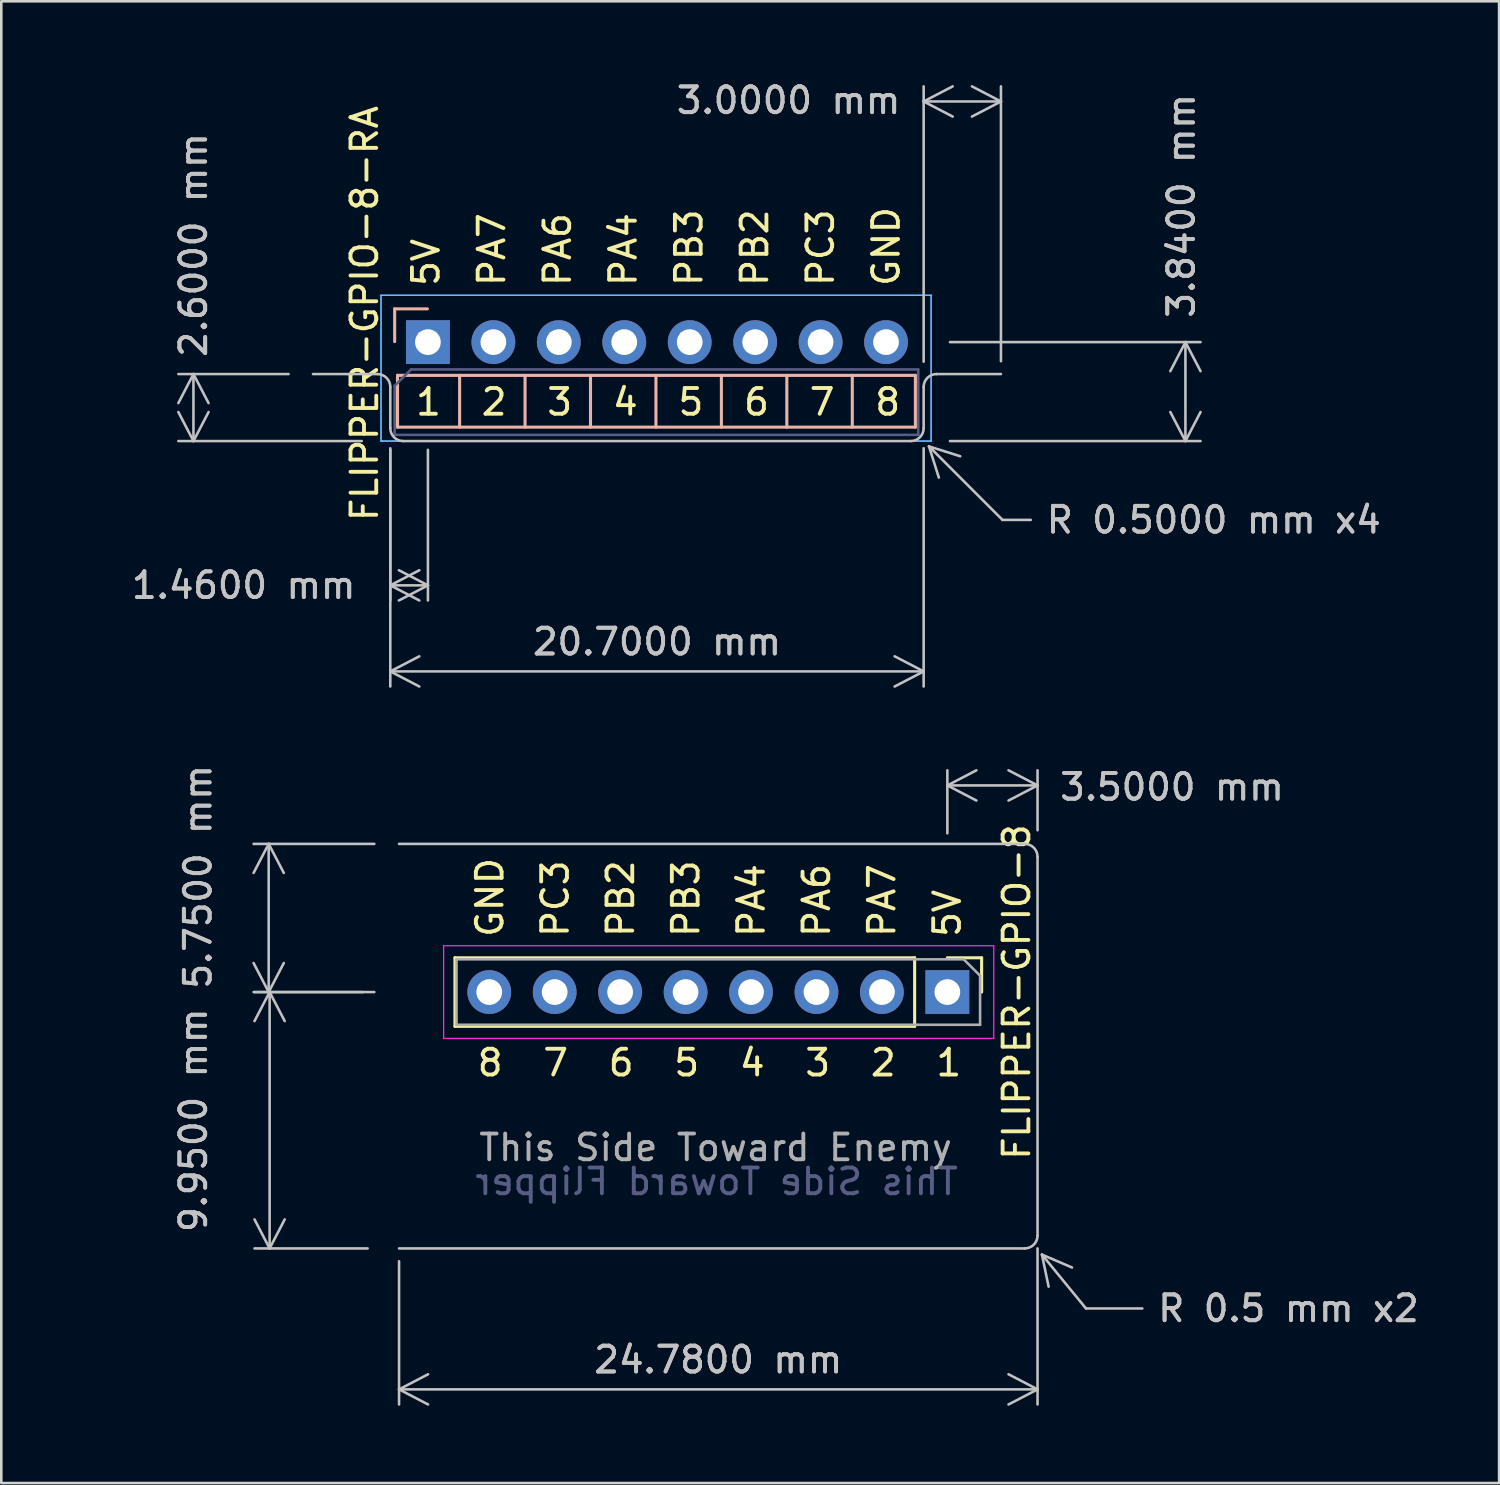
<source format=kicad_pcb>
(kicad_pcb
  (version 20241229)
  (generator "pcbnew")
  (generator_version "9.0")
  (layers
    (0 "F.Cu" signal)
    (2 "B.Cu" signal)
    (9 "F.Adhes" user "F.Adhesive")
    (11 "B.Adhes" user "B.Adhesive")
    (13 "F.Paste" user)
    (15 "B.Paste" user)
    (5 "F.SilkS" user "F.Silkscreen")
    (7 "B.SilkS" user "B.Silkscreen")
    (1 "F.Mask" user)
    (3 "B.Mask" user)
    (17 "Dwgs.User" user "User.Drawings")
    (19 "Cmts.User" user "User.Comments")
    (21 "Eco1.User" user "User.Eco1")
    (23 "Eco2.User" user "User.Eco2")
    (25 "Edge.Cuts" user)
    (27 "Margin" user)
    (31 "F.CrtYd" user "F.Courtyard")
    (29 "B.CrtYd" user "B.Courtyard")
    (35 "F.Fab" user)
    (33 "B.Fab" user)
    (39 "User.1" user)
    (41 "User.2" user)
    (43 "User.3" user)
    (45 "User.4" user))
  (footprint "FLIPPER-GPIO-8"
    (layer "F.Cu")
    (at 15.938 35.453)
    (property "Reference" "FLIPPER-GPIO-8" (at 20.47 0 270) (layer "F.SilkS") (effects (font (size 1 1) (thickness 0.15))))
    (attr through_hole)
    (fp_line (start -1.33 -1.33) (end -1.33 1.33) (stroke (width 0.12) (type solid)) (layer "F.SilkS"))
    (fp_line (start 16.51 -1.33) (end -1.33 -1.33) (stroke (width 0.12) (type solid)) (layer "F.SilkS"))
    (fp_line (start 16.51 -1.33) (end 16.51 1.33) (stroke (width 0.12) (type solid)) (layer "F.SilkS"))
    (fp_line (start 16.51 1.33) (end -1.33 1.33) (stroke (width 0.12) (type solid)) (layer "F.SilkS"))
    (fp_line (start 17.78 -1.33) (end 19.11 -1.33) (stroke (width 0.12) (type solid)) (layer "F.SilkS"))
    (fp_line (start 19.11 -1.33) (end 19.11 0) (stroke (width 0.12) (type solid)) (layer "F.SilkS"))
    (fp_line (start -3.5 9.95) (end 20.78 9.95) (stroke (width 0.1) (type default)) (layer "Dwgs.User"))
    (fp_line (start 20.78 -5.75) (end -3.5 -5.75) (stroke (width 0.1) (type default)) (layer "Dwgs.User"))
    (fp_line (start 21.28 9.45) (end 21.28 -5.25) (stroke (width 0.1) (type default)) (layer "Dwgs.User"))
    (fp_arc (start 20.78 -5.75) (mid 21.133553 -5.603553) (end 21.28 -5.25) (stroke (width 0.1) (type default)) (layer "Dwgs.User"))
    (fp_arc (start 21.28 9.45) (mid 21.133553 9.803553) (end 20.78 9.95) (stroke (width 0.1) (type default)) (layer "Dwgs.User"))
    (fp_line (start -1.77 -1.8) (end -1.77 1.8) (stroke (width 0.05) (type solid)) (layer "F.CrtYd"))
    (fp_line (start -1.77 1.8) (end 19.58 1.8) (stroke (width 0.05) (type solid)) (layer "F.CrtYd"))
    (fp_line (start 19.58 -1.8) (end -1.77 -1.8) (stroke (width 0.05) (type solid)) (layer "F.CrtYd"))
    (fp_line (start 19.58 1.8) (end 19.58 -1.8) (stroke (width 0.05) (type solid)) (layer "F.CrtYd"))
    (fp_line (start -1.27 -1.27) (end 18.415 -1.27) (stroke (width 0.1) (type solid)) (layer "F.Fab"))
    (fp_line (start -1.27 1.27) (end -1.27 -1.27) (stroke (width 0.1) (type solid)) (layer "F.Fab"))
    (fp_line (start 18.415 -1.27) (end 19.05 -0.635) (stroke (width 0.1) (type solid)) (layer "F.Fab"))
    (fp_line (start 19.05 -0.635) (end 19.05 1.27) (stroke (width 0.1) (type solid)) (layer "F.Fab"))
    (fp_line (start 19.05 1.27) (end -1.27 1.27) (stroke (width 0.1) (type solid)) (layer "F.Fab"))
    (fp_text user "3" (at 12.174 3.33 0) (unlocked yes) (layer "F.SilkS") (effects (font (size 1 1) (thickness 0.15)) (justify left bottom)))
    (fp_text user "5" (at 7.089 3.33 0) (unlocked yes) (layer "F.SilkS") (effects (font (size 1 1) (thickness 0.15)) (justify left bottom)))
    (fp_text user "4" (at 9.631 3.33 0) (unlocked yes) (layer "F.SilkS") (effects (font (size 1 1) (thickness 0.15)) (justify left bottom)))
    (fp_text user "7" (at 2.003 3.33 0) (unlocked yes) (layer "F.SilkS") (effects (font (size 1 1) (thickness 0.15)) (justify left bottom)))
    (fp_text user "PA6" (at 13.289 -2.05 90) (unlocked yes) (layer "F.SilkS") (effects (font (size 1 1) (thickness 0.15)) (justify left bottom)))
    (fp_text user "PB3" (at 8.217 -2.05 90) (unlocked yes) (layer "F.SilkS") (effects (font (size 1 1) (thickness 0.15)) (justify left bottom)))
    (fp_text user "6" (at 4.546 3.33 0) (unlocked yes) (layer "F.SilkS") (effects (font (size 1 1) (thickness 0.15)) (justify left bottom)))
    (fp_text user "PA7" (at 15.824 -2.05 90) (unlocked yes) (layer "F.SilkS") (effects (font (size 1 1) (thickness 0.15)) (justify left bottom)))
    (fp_text user "8" (at -0.54 3.33 0) (unlocked yes) (layer "F.SilkS") (effects (font (size 1 1) (thickness 0.15)) (justify left bottom)))
    (fp_text user "GND" (at 0.61 -2.05 90) (unlocked yes) (layer "F.SilkS") (effects (font (size 1 1) (thickness 0.15)) (justify left bottom)))
    (fp_text user "1" (at 17.26 3.33 0) (unlocked yes) (layer "F.SilkS") (effects (font (size 1 1) (thickness 0.15)) (justify left bottom)))
    (fp_text user "PB2" (at 5.681 -2.05 90) (unlocked yes) (layer "F.SilkS") (effects (font (size 1 1) (thickness 0.15)) (justify left bottom)))
    (fp_text user "5V" (at 18.36 -2.05 90) (unlocked yes) (layer "F.SilkS") (effects (font (size 1 1) (thickness 0.15)) (justify left bottom)))
    (fp_text user "PC3" (at 3.146 -2.05 90) (unlocked yes) (layer "F.SilkS") (effects (font (size 1 1) (thickness 0.15)) (justify left bottom)))
    (fp_text user "2" (at 14.717 3.33 0) (unlocked yes) (layer "F.SilkS") (effects (font (size 1 1) (thickness 0.15)) (justify left bottom)))
    (fp_text user "PA4" (at 10.753 -2.05 90) (unlocked yes) (layer "F.SilkS") (effects (font (size 1 1) (thickness 0.15)) (justify left bottom)))
    (fp_text user "This Side Toward Flipper" (at 18.28 7.94 0) (unlocked yes) (layer "B.Fab") (effects (font (size 1 1) (thickness 0.15)) (justify left bottom mirror)))
    (fp_text user "This Side Toward Enemy" (at -0.48 6.62 0) (unlocked yes) (layer "F.Fab") (effects (font (size 1 1) (thickness 0.15)) (justify left bottom)))
    (dimension (type leader) (layer "Dwgs.User") (pts (xy 37.072 45.256) (xy 39.098 47.733)) (format (prefix "") (suffix "") (units 0) (units_format 0) (precision 4) (override_value "R 0.5 mm x2")) (style (thickness 0.1) (arrow_length 1.27) (text_position_mode 0) (text_frame 0) (extension_offset 0.5)) (gr_text "R 0.5 mm x2" (at 46.958 47.733 0) (layer "Dwgs.User") (effects (font (size 1 1) (thickness 0.15)))))
    (dimension (type orthogonal) (layer "Dwgs.User") (pts (xy 33.718 29.793) (xy 37.218 29.673)) (height -2.36) (orientation 0) (format (prefix "") (suffix "") (units 3) (units_format 1) (precision 4)) (style (thickness 0.1) (arrow_length 1.27) (text_position_mode 2) (arrow_direction outward) (extension_height 0.586) (extension_offset 0.5) (keep_text_aligned yes)) (gr_text "3.5000 mm" (at 42.438 27.493 0) (layer "Dwgs.User") (effects (font (size 1 1) (thickness 0.15)))))
    (dimension (type orthogonal) (layer "Dwgs.User") (pts (xy 12.438 45.403) (xy 37.218 44.903)) (height 5.47) (orientation 0) (format (prefix "") (suffix "") (units 3) (units_format 1) (precision 4)) (style (thickness 0.1) (arrow_length 1.27) (text_position_mode 0) (arrow_direction outward) (extension_height 0.586) (extension_offset 0.5) (keep_text_aligned yes)) (gr_text "24.7800 mm" (at 24.828 49.723 0) (layer "Dwgs.User") (effects (font (size 1 1) (thickness 0.15)))))
    (dimension (type orthogonal) (layer "Dwgs.User") (pts (xy 11.538 35.453) (xy 11.718 45.403)) (height -4.124) (orientation 1) (format (prefix "") (suffix "") (units 3) (units_format 1) (precision 4)) (style (thickness 0.1) (arrow_length 1.27) (text_position_mode 2) (arrow_direction outward) (extension_height 0.586) (extension_offset 0.5) (keep_text_aligned yes)) (gr_text "9.9500 mm" (at 4.458 40.428 90) (layer "Dwgs.User") (effects (font (size 1 1) (thickness 0.15)))))
    (dimension (type orthogonal) (layer "Dwgs.User") (pts (xy 11.978 35.453) (xy 11.978 29.703)) (height -4.6) (orientation 1) (format (prefix "") (suffix "") (units 3) (units_format 1) (precision 4)) (style (thickness 0.1) (arrow_length 1.27) (text_position_mode 2) (arrow_direction outward) (extension_height 0.586) (extension_offset 0.5) (keep_text_aligned yes)) (gr_text "5.7500 mm" (at 4.631 30.981 90) (layer "Dwgs.User") (effects (font (size 1 1) (thickness 0.15)))))
    (pad "1" thru_hole rect (at 17.78 0 270) (size 1.7 1.7) (drill 1) (layers "*.Cu" "*.Mask"))
    (pad "2" thru_hole oval (at 15.24 0 270) (size 1.7 1.7) (drill 1) (layers "*.Cu" "*.Mask"))
    (pad "3" thru_hole oval (at 12.7 0 270) (size 1.7 1.7) (drill 1) (layers "*.Cu" "*.Mask"))
    (pad "4" thru_hole oval (at 10.16 0 270) (size 1.7 1.7) (drill 1) (layers "*.Cu" "*.Mask"))
    (pad "5" thru_hole oval (at 7.62 0 270) (size 1.7 1.7) (drill 1) (layers "*.Cu" "*.Mask"))
    (pad "6" thru_hole oval (at 5.08 0 270) (size 1.7 1.7) (drill 1) (layers "*.Cu" "*.Mask"))
    (pad "7" thru_hole oval (at 2.54 0 270) (size 1.7 1.7) (drill 1) (layers "*.Cu" "*.Mask"))
    (pad "8" thru_hole oval (at 0 0 270) (size 1.7 1.7) (drill 1) (layers "*.Cu" "*.Mask")))
  (footprint "FLIPPER-GPIO-8-RA"
    (layer "F.Cu")
    (at 13.558 10.228)
    (property "Reference" "FLIPPER-GPIO-8-RA" (at -2.46 -1.11 90) (layer "F.SilkS") (effects (font (size 1 1) (thickness 0.15))))
    (attr through_hole)
    (fp_line (start -1.29 -1.29) (end -1.29 -0.02) (stroke (width 0.12) (type solid)) (layer "B.SilkS"))
    (fp_line (start -1.18 1.29) (end 18.92 1.29) (stroke (width 0.12) (type solid)) (layer "B.SilkS"))
    (fp_line (start -1.18 3.3) (end -1.18 1.29) (stroke (width 0.12) (type solid)) (layer "B.SilkS"))
    (fp_line (start -0.02 -1.29) (end -1.29 -1.29) (stroke (width 0.12) (type solid)) (layer "B.SilkS"))
    (fp_line (start 1.23 1.29) (end 1.23 3.3) (stroke (width 0.12) (type solid)) (layer "B.SilkS"))
    (fp_line (start 3.77 1.29) (end 3.77 3.3) (stroke (width 0.12) (type solid)) (layer "B.SilkS"))
    (fp_line (start 6.31 1.29) (end 6.31 3.3) (stroke (width 0.12) (type solid)) (layer "B.SilkS"))
    (fp_line (start 8.85 1.29) (end 8.85 3.3) (stroke (width 0.12) (type solid)) (layer "B.SilkS"))
    (fp_line (start 11.39 1.29) (end 11.39 3.3) (stroke (width 0.12) (type solid)) (layer "B.SilkS"))
    (fp_line (start 13.93 1.29) (end 13.93 3.3) (stroke (width 0.12) (type solid)) (layer "B.SilkS"))
    (fp_line (start 16.47 1.29) (end 16.47 3.3) (stroke (width 0.12) (type solid)) (layer "B.SilkS"))
    (fp_line (start 18.92 1.29) (end 18.92 3.3) (stroke (width 0.12) (type solid)) (layer "B.SilkS"))
    (fp_line (start 18.92 3.3) (end -1.18 3.3) (stroke (width 0.12) (type solid)) (layer "B.SilkS"))
    (fp_line (start -1.96 1.24) (end -4.46 1.24) (stroke (width 0.1) (type default)) (layer "Dwgs.User"))
    (fp_line (start -1.46 3.34) (end -1.46 1.74) (stroke (width 0.1) (type default)) (layer "Dwgs.User"))
    (fp_line (start -0.96 3.84) (end 18.74 3.84) (stroke (width 0.1) (type default)) (layer "Dwgs.User"))
    (fp_line (start 19.24 3.34) (end 19.24 1.74) (stroke (width 0.1) (type default)) (layer "Dwgs.User"))
    (fp_line (start 19.74 1.24) (end 22.24 1.24) (stroke (width 0.1) (type default)) (layer "Dwgs.User"))
    (fp_arc (start -1.96 1.24) (mid -1.606447 1.386447) (end -1.46 1.74) (stroke (width 0.1) (type default)) (layer "Dwgs.User"))
    (fp_arc (start -0.96 3.84) (mid -1.313553 3.693553) (end -1.46 3.34) (stroke (width 0.1) (type default)) (layer "Dwgs.User"))
    (fp_arc (start 19.24 1.74) (mid 19.386447 1.386447) (end 19.74 1.24) (stroke (width 0.1) (type default)) (layer "Dwgs.User"))
    (fp_arc (start 19.24 3.34) (mid 19.093553 3.693553) (end 18.74 3.84) (stroke (width 0.1) (type default)) (layer "Dwgs.User"))
    (fp_line (start -1.82 -1.82) (end 19.53 -1.82) (stroke (width 0.05) (type solid)) (layer "B.CrtYd"))
    (fp_line (start -1.82 3.84) (end -1.82 -1.82) (stroke (width 0.05) (type solid)) (layer "B.CrtYd"))
    (fp_line (start 19.53 -1.82) (end 19.53 3.84) (stroke (width 0.05) (type solid)) (layer "B.CrtYd"))
    (fp_line (start 19.53 3.84) (end -1.82 3.84) (stroke (width 0.05) (type solid)) (layer "B.CrtYd"))
    (fp_line (start -1.82 -1.82) (end 19.53 -1.82) (stroke (width 0.05) (type solid)) (layer "F.CrtYd"))
    (fp_line (start -1.82 3.84) (end -1.82 -1.82) (stroke (width 0.05) (type solid)) (layer "F.CrtYd"))
    (fp_line (start 19.53 -1.82) (end 19.53 3.84) (stroke (width 0.05) (type solid)) (layer "F.CrtYd"))
    (fp_line (start 19.53 3.84) (end -1.82 3.84) (stroke (width 0.05) (type solid)) (layer "F.CrtYd"))
    (fp_line (start -1.29 1.695) (end -1.29 3.6) (stroke (width 0.1) (type solid)) (layer "B.Fab"))
    (fp_line (start -1.29 3.6) (end 19.03 3.6) (stroke (width 0.1) (type solid)) (layer "B.Fab"))
    (fp_line (start -0.655 1.06) (end -1.29 1.695) (stroke (width 0.1) (type solid)) (layer "B.Fab"))
    (fp_line (start 19.03 1.06) (end -0.655 1.06) (stroke (width 0.1) (type solid)) (layer "B.Fab"))
    (fp_line (start 19.03 3.6) (end 19.03 1.06) (stroke (width 0.1) (type solid)) (layer "B.Fab"))
    (fp_line (start -0.34 -0.34) (end 0.3 -0.34) (stroke (width 0.1) (type solid)) (layer "F.Fab"))
    (fp_line (start 2.2 -0.34) (end 2.84 -0.34) (stroke (width 0.1) (type solid)) (layer "F.Fab"))
    (fp_line (start 4.74 -0.34) (end 5.38 -0.34) (stroke (width 0.1) (type solid)) (layer "F.Fab"))
    (fp_line (start 7.28 -0.34) (end 7.92 -0.34) (stroke (width 0.1) (type solid)) (layer "F.Fab"))
    (fp_line (start 9.82 -0.34) (end 10.46 -0.34) (stroke (width 0.1) (type solid)) (layer "F.Fab"))
    (fp_line (start 12.36 -0.34) (end 13 -0.34) (stroke (width 0.1) (type solid)) (layer "F.Fab"))
    (fp_line (start 14.9 -0.34) (end 15.54 -0.34) (stroke (width 0.1) (type solid)) (layer "F.Fab"))
    (fp_line (start 17.44 -0.34) (end 18.08 -0.34) (stroke (width 0.1) (type solid)) (layer "F.Fab"))
    (fp_text user "PA4" (at 8.164 -2.09 90) (unlocked yes) (layer "F.SilkS") (effects (font (size 1 1) (thickness 0.15)) (justify left bottom)))
    (fp_text user "6" (at 12.178 2.91 0) (unlocked yes) (layer "F.SilkS") (effects (font (size 1 1) (thickness 0.15)) (justify left bottom)))
    (fp_text user "4" (at 7.086 2.91 0) (unlocked yes) (layer "F.SilkS") (effects (font (size 1 1) (thickness 0.15)) (justify left bottom)))
    (fp_text user "GND" (at 18.37 -2.09 90) (unlocked yes) (layer "F.SilkS") (effects (font (size 1 1) (thickness 0.15)) (justify left bottom)))
    (fp_text user "PA7" (at 3.061 -2.09 90) (unlocked yes) (layer "F.SilkS") (effects (font (size 1 1) (thickness 0.15)) (justify left bottom)))
    (fp_text user "5" (at 9.632 2.91 0) (unlocked yes) (layer "F.SilkS") (effects (font (size 1 1) (thickness 0.15)) (justify left bottom)))
    (fp_text user "PB2" (at 13.267 -2.09 90) (unlocked yes) (layer "F.SilkS") (effects (font (size 1 1) (thickness 0.15)) (justify left bottom)))
    (fp_text user "8" (at 17.27 2.91 0) (unlocked yes) (layer "F.SilkS") (effects (font (size 1 1) (thickness 0.15)) (justify left bottom)))
    (fp_text user "2" (at 1.993 2.91 0) (unlocked yes) (layer "F.SilkS") (effects (font (size 1 1) (thickness 0.15)) (justify left bottom)))
    (fp_text user "PC3" (at 15.819 -2.09 90) (unlocked yes) (layer "F.SilkS") (effects (font (size 1 1) (thickness 0.15)) (justify left bottom)))
    (fp_text user "7" (at 14.724 2.91 0) (unlocked yes) (layer "F.SilkS") (effects (font (size 1 1) (thickness 0.15)) (justify left bottom)))
    (fp_text user "3" (at 4.539 2.91 0) (unlocked yes) (layer "F.SilkS") (effects (font (size 1 1) (thickness 0.15)) (justify left bottom)))
    (fp_text user "1" (at -0.553 2.91 0) (unlocked yes) (layer "F.SilkS") (effects (font (size 1 1) (thickness 0.15)) (justify left bottom)))
    (fp_text user "5V" (at 0.51 -2.09 90) (unlocked yes) (layer "F.SilkS") (effects (font (size 1 1) (thickness 0.15)) (justify left bottom)))
    (fp_text user "PB3" (at 10.716 -2.09 90) (unlocked yes) (layer "F.SilkS") (effects (font (size 1 1) (thickness 0.15)) (justify left bottom)))
    (fp_text user "PA6" (at 5.613 -2.09 90) (unlocked yes) (layer "F.SilkS") (effects (font (size 1 1) (thickness 0.15)) (justify left bottom)))
    (dimension (type aligned) (layer "Dwgs.User") (pts (xy 12.098 13.908) (xy 13.558 13.908)) (height 5.76) (format (prefix "") (suffix "") (units 3) (units_format 1) (precision 4)) (style (thickness 0.1) (arrow_length 1.27) (text_position_mode 2) (arrow_direction outward) (extension_height 0.586) (extension_offset 0.5) (keep_text_aligned yes)) (gr_text "1.4600 mm" (at 6.408 19.668 0) (layer "Dwgs.User") (effects (font (size 1 1) (thickness 0.15)))))
    (dimension (type aligned) (layer "Dwgs.User") (pts (xy 12.098 13.848) (xy 32.798 13.848)) (height 9.16) (format (prefix "") (suffix "") (units 3) (units_format 1) (precision 4)) (style (thickness 0.1) (arrow_length 1.27) (text_position_mode 0) (arrow_direction outward) (extension_height 0.586) (extension_offset 0.5) (keep_text_aligned yes)) (gr_text "20.7000 mm" (at 22.448 21.858 0) (layer "Dwgs.User") (effects (font (size 1 1) (thickness 0.15)))))
    (dimension (type leader) (layer "Dwgs.User") (pts (xy 32.652 13.922) (xy 35.858 17.128)) (format (prefix "") (suffix "") (units 0) (units_format 0) (precision 4) (override_value "R 0.5000 mm x4")) (style (thickness 0.1) (arrow_length 1.27) (text_position_mode 0) (text_frame 0) (extension_offset 0.5)) (gr_text "R 0.5000 mm x4" (at 44.058 17.128 0) (layer "Dwgs.User") (effects (font (size 1 1) (thickness 0.15)))))
    (dimension (type orthogonal) (layer "Dwgs.User") (pts (xy 8.648 11.468) (xy 11.488 14.068)) (height -4.19) (orientation 1) (format (prefix "") (suffix "") (units 3) (units_format 1) (precision 4)) (style (thickness 0.1) (arrow_length 1.27) (text_position_mode 2) (arrow_direction outward) (extension_height 0.586) (extension_offset 0.5) (keep_text_aligned yes)) (gr_text "2.6000 mm" (at 4.458 6.458 90) (layer "Dwgs.User") (effects (font (size 1 1) (thickness 0.15)))))
    (dimension (type orthogonal) (layer "Dwgs.User") (pts (xy 33.318 10.228) (xy 33.318 14.068)) (height 9.64) (orientation 1) (format (prefix "") (suffix "") (units 3) (units_format 1) (precision 4)) (style (thickness 0.1) (arrow_length 1.27) (text_position_mode 2) (arrow_direction outward) (extension_height 0.586) (extension_offset 0.5) (keep_text_aligned yes)) (gr_text "3.8400 mm" (at 42.798 4.938 90) (layer "Dwgs.User") (effects (font (size 1 1) (thickness 0.15)))))
    (dimension (type orthogonal) (layer "Dwgs.User") (pts (xy 32.798 11.488) (xy 35.798 11.468)) (height -10.6) (orientation 0) (format (prefix "") (suffix "") (units 3) (units_format 1) (precision 4)) (style (thickness 0.1) (arrow_length 1.27) (text_position_mode 2) (arrow_direction outward) (extension_height 0.586) (extension_offset 0.5) (keep_text_aligned yes)) (gr_text "3.0000 mm" (at 27.558 0.848 0) (layer "Dwgs.User") (effects (font (size 1 1) (thickness 0.15)))))
    (pad "1" thru_hole rect (at 0 0 270) (size 1.7 1.7) (drill 1) (layers "*.Cu" "*.Mask"))
    (pad "2" thru_hole oval (at 2.54 0 270) (size 1.7 1.7) (drill 1) (layers "*.Cu" "*.Mask"))
    (pad "3" thru_hole oval (at 5.08 0 270) (size 1.7 1.7) (drill 1) (layers "*.Cu" "*.Mask"))
    (pad "4" thru_hole oval (at 7.62 0 270) (size 1.7 1.7) (drill 1) (layers "*.Cu" "*.Mask"))
    (pad "5" thru_hole oval (at 10.16 0 270) (size 1.7 1.7) (drill 1) (layers "*.Cu" "*.Mask"))
    (pad "6" thru_hole oval (at 12.7 0 270) (size 1.7 1.7) (drill 1) (layers "*.Cu" "*.Mask"))
    (pad "7" thru_hole oval (at 15.24 0 270) (size 1.7 1.7) (drill 1) (layers "*.Cu" "*.Mask"))
    (pad "8" thru_hole oval (at 17.78 0 270) (size 1.7 1.7) (drill 1) (layers "*.Cu" "*.Mask")))
  (gr_rect
    (start -3 -3)
    (end 55.131 54.509)
    (stroke (width 0.1) (type default))
    (fill no)
    (layer "Edge.Cuts")))
</source>
